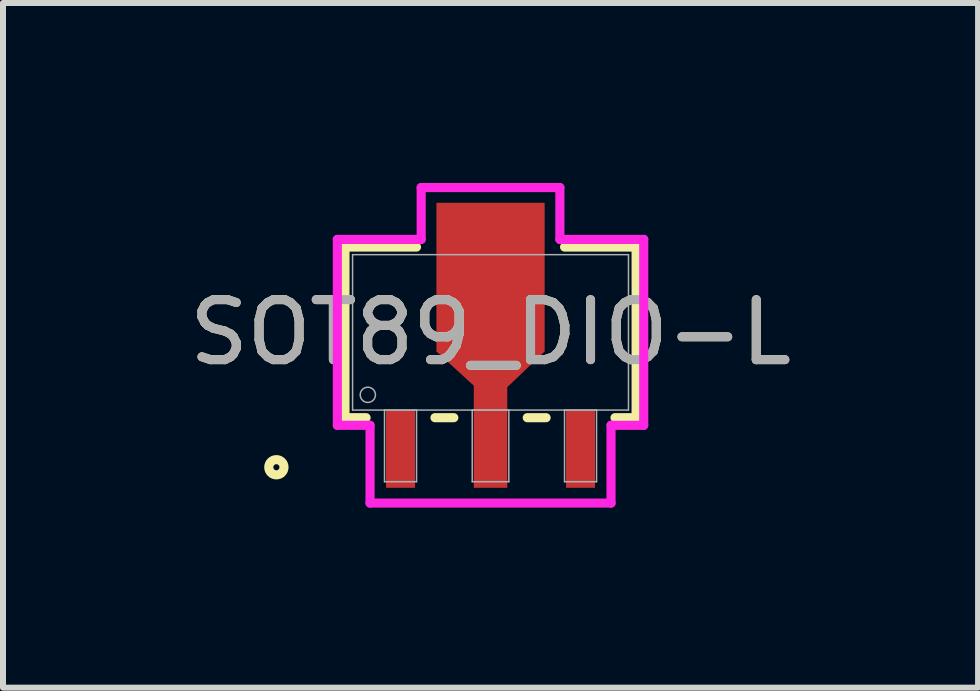
<source format=kicad_pcb>
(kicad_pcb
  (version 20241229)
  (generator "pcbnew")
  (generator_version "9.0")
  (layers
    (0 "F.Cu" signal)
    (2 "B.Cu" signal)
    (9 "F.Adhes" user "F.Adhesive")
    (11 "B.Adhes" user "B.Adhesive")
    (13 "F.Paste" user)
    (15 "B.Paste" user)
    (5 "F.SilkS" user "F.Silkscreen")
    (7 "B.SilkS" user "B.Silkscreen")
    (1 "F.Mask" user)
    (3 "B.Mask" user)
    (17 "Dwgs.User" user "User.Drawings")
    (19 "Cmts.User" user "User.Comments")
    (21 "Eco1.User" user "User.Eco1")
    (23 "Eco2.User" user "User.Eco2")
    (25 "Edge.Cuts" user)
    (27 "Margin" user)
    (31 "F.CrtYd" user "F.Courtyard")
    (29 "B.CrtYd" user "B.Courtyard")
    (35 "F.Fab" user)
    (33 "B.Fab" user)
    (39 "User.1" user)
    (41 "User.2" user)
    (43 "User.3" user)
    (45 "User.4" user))
  (footprint "SOT89_DIO-L"
    (layer "F.Cu")
    (at 5.125 2.489)
    (property "Reference" "SOT89_DIO-L" (at 0 0 0) (unlocked yes) (layer "F.SilkS") (effects (font (size 1 1) (thickness 0.15))))
    (attr smd)
    (fp_poly (pts (xy -0.279 1.295) (xy -0.279 0.889) (xy -0.902 0.318) (xy -0.902 -2.159) (xy 0.902 -2.159) (xy 0.902 0.318) (xy 0.279 0.914) (xy 0.279 1.295)) (stroke (width 0) (type solid)) (fill yes) (layer "F.Cu"))
    (fp_poly (pts (xy -0.279 1.27) (xy -0.279 0.889) (xy -0.876 0.292) (xy -0.876 -2.108) (xy 0.876 -2.108) (xy 0.876 0.292) (xy 0.279 0.889) (xy 0.279 1.27)) (stroke (width 0) (type solid)) (fill yes) (layer "F.Mask"))
    (fp_line (start -2.426 -1.422) (end -2.426 1.422) (stroke (width 0.152) (type solid)) (layer "F.SilkS"))
    (fp_line (start -2.426 1.422) (end -2.074 1.422) (stroke (width 0.152) (type solid)) (layer "F.SilkS"))
    (fp_line (start -1.234 -1.422) (end -2.426 -1.422) (stroke (width 0.152) (type solid)) (layer "F.SilkS"))
    (fp_line (start -0.926 1.422) (end -0.612 1.422) (stroke (width 0.152) (type solid)) (layer "F.SilkS"))
    (fp_line (start 0.612 1.422) (end 0.926 1.422) (stroke (width 0.152) (type solid)) (layer "F.SilkS"))
    (fp_line (start 2.074 1.422) (end 2.426 1.422) (stroke (width 0.152) (type solid)) (layer "F.SilkS"))
    (fp_line (start 2.426 -1.422) (end 1.234 -1.422) (stroke (width 0.152) (type solid)) (layer "F.SilkS"))
    (fp_line (start 2.426 1.422) (end 2.426 -1.422) (stroke (width 0.152) (type solid)) (layer "F.SilkS"))
    (fp_circle (center -3.569 2.248) (end -3.442 2.248) (stroke (width 0.152) (type solid)) (fill no) (layer "F.SilkS"))
    (fp_poly (pts (xy -0.279 1.27) (xy -0.279 0.889) (xy -0.876 0.292) (xy -0.876 -2.108) (xy 0.876 -2.108) (xy 0.876 0.292) (xy 0.279 0.889) (xy 0.279 1.27)) (stroke (width 0) (type solid)) (fill yes) (layer "F.Paste"))
    (fp_line (start -2.553 -1.549) (end -1.156 -1.549) (stroke (width 0.152) (type solid)) (layer "F.CrtYd"))
    (fp_line (start -2.553 1.549) (end -2.553 -1.549) (stroke (width 0.152) (type solid)) (layer "F.CrtYd"))
    (fp_line (start -2.008 1.549) (end -2.553 1.549) (stroke (width 0.152) (type solid)) (layer "F.CrtYd"))
    (fp_line (start -2.008 2.845) (end -2.008 1.549) (stroke (width 0.152) (type solid)) (layer "F.CrtYd"))
    (fp_line (start -1.156 -2.413) (end 1.156 -2.413) (stroke (width 0.152) (type solid)) (layer "F.CrtYd"))
    (fp_line (start -1.156 -1.549) (end -1.156 -2.413) (stroke (width 0.152) (type solid)) (layer "F.CrtYd"))
    (fp_line (start 1.156 -2.413) (end 1.156 -1.549) (stroke (width 0.152) (type solid)) (layer "F.CrtYd"))
    (fp_line (start 1.156 -1.549) (end 2.553 -1.549) (stroke (width 0.152) (type solid)) (layer "F.CrtYd"))
    (fp_line (start 2.008 1.549) (end 2.008 2.845) (stroke (width 0.152) (type solid)) (layer "F.CrtYd"))
    (fp_line (start 2.008 2.845) (end -2.008 2.845) (stroke (width 0.152) (type solid)) (layer "F.CrtYd"))
    (fp_line (start 2.553 -1.549) (end 2.553 1.549) (stroke (width 0.152) (type solid)) (layer "F.CrtYd"))
    (fp_line (start 2.553 1.549) (end 2.008 1.549) (stroke (width 0.152) (type solid)) (layer "F.CrtYd"))
    (fp_line (start -2.299 -1.295) (end -2.299 1.295) (stroke (width 0.025) (type solid)) (layer "F.Fab"))
    (fp_line (start -2.299 1.295) (end 2.299 1.295) (stroke (width 0.025) (type solid)) (layer "F.Fab"))
    (fp_line (start -1.767 1.295) (end -1.767 2.489) (stroke (width 0.025) (type solid)) (layer "F.Fab"))
    (fp_line (start -1.767 2.489) (end -1.233 2.489) (stroke (width 0.025) (type solid)) (layer "F.Fab"))
    (fp_line (start -1.233 1.295) (end -1.767 1.295) (stroke (width 0.025) (type solid)) (layer "F.Fab"))
    (fp_line (start -1.233 2.489) (end -1.233 1.295) (stroke (width 0.025) (type solid)) (layer "F.Fab"))
    (fp_line (start -0.305 1.295) (end -0.305 2.489) (stroke (width 0.025) (type solid)) (layer "F.Fab"))
    (fp_line (start -0.305 2.489) (end 0.305 2.489) (stroke (width 0.025) (type solid)) (layer "F.Fab"))
    (fp_line (start 0.305 1.295) (end -0.305 1.295) (stroke (width 0.025) (type solid)) (layer "F.Fab"))
    (fp_line (start 0.305 2.489) (end 0.305 1.295) (stroke (width 0.025) (type solid)) (layer "F.Fab"))
    (fp_line (start 1.233 1.295) (end 1.233 2.489) (stroke (width 0.025) (type solid)) (layer "F.Fab"))
    (fp_line (start 1.233 2.489) (end 1.767 2.489) (stroke (width 0.025) (type solid)) (layer "F.Fab"))
    (fp_line (start 1.767 1.295) (end 1.233 1.295) (stroke (width 0.025) (type solid)) (layer "F.Fab"))
    (fp_line (start 1.767 2.489) (end 1.767 1.295) (stroke (width 0.025) (type solid)) (layer "F.Fab"))
    (fp_line (start 2.299 -1.295) (end -2.299 -1.295) (stroke (width 0.025) (type solid)) (layer "F.Fab"))
    (fp_line (start 2.299 1.295) (end 2.299 -1.295) (stroke (width 0.025) (type solid)) (layer "F.Fab"))
    (fp_circle (center -2.045 1.041) (end -1.918 1.041) (stroke (width 0.025) (type solid)) (fill no) (layer "F.Fab"))
    (fp_text user "${REFERENCE}" (at 0 0 0) (unlocked yes) (layer "F.Fab") (effects (font (size 1 1) (thickness 0.15))))
    (pad "1" smd rect (at -1.5 1.943) (size 0.483 1.295) (layers "F.Cu" "F.Mask" "F.Paste"))
    (pad "2" smd rect (at 0 1.943) (size 0.559 1.295) (layers "F.Cu" "F.Mask" "F.Paste"))
    (pad "3" smd rect (at 1.5 1.943) (size 0.483 1.295) (layers "F.Cu" "F.Mask" "F.Paste")))
  (gr_rect
    (start -3 -3)
    (end 13.25 8.41)
    (stroke (width 0.1) (type default))
    (fill no)
    (layer "Edge.Cuts")))
</source>
